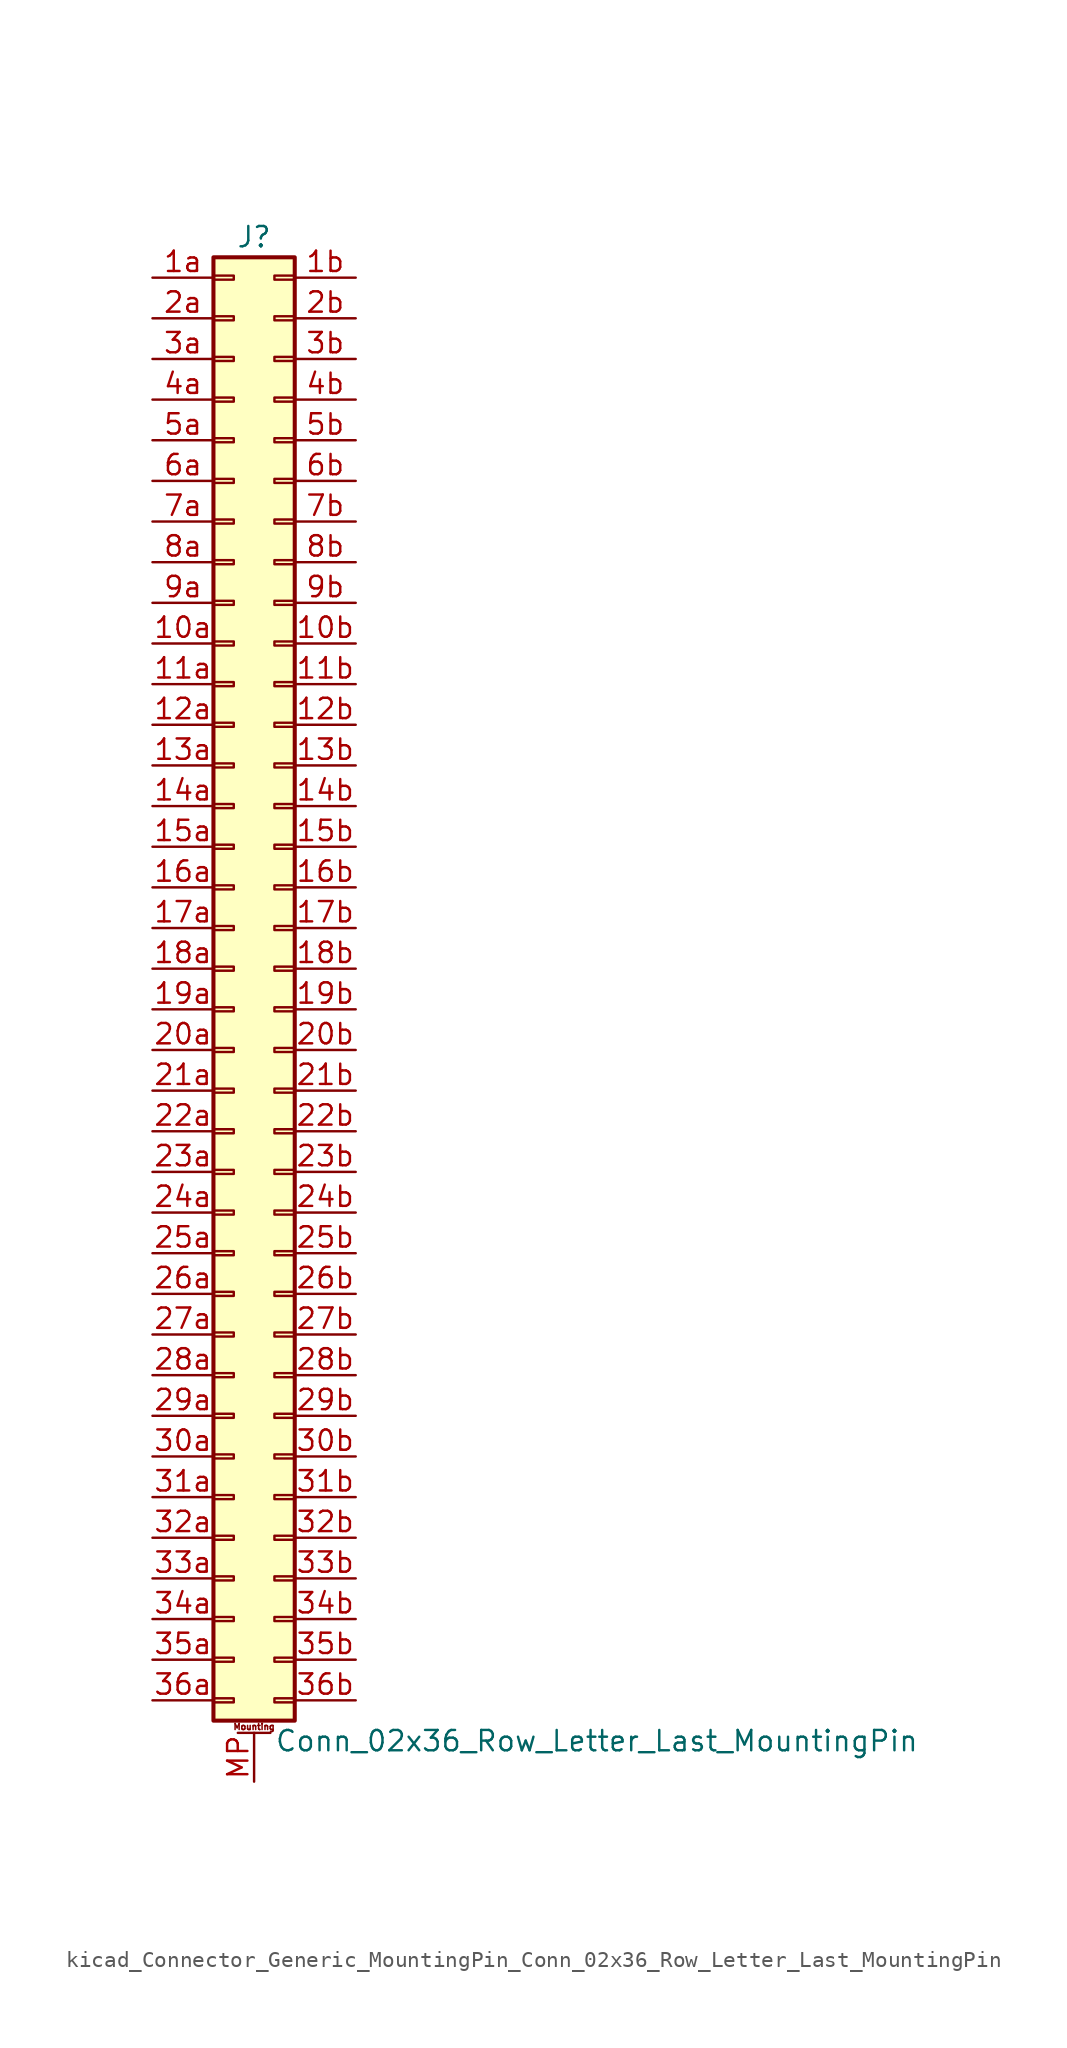
<source format=kicad_sym>
(kicad_symbol_lib
  (version 20220914)
  (generator kicad_symbol_editor)
  (symbol "kicad_Connector_Generic_MountingPin_Conn_02x36_Row_Letter_Last_MountingPin"
    (pin_names
      (offset 1.016) hide)
    (property "Reference" "J"
      (at 1.27 45.72 0)
      (effects (font (size 1.27 1.27))))
    (property "Value" "Conn_02x36_Row_Letter_Last_MountingPin"
      (at 2.54 -48.26 0)
      (effects (font (size 1.27 1.27)) (justify left)))
    (symbol "kicad_Connector_Generic_MountingPin_Conn_02x36_Row_Letter_Last_MountingPin_1_1"
      (rectangle (start -1.27 -45.593) (end 0 -45.847) (stroke (width 0.152) (type default)) (fill (type none)))
      (rectangle (start -1.27 -43.053) (end 0 -43.307) (stroke (width 0.152) (type default)) (fill (type none)))
      (rectangle (start -1.27 -40.513) (end 0 -40.767) (stroke (width 0.152) (type default)) (fill (type none)))
      (rectangle (start -1.27 -37.973) (end 0 -38.227) (stroke (width 0.152) (type default)) (fill (type none)))
      (rectangle (start -1.27 -35.433) (end 0 -35.687) (stroke (width 0.152) (type default)) (fill (type none)))
      (rectangle (start -1.27 -32.893) (end 0 -33.147) (stroke (width 0.152) (type default)) (fill (type none)))
      (rectangle (start -1.27 -30.353) (end 0 -30.607) (stroke (width 0.152) (type default)) (fill (type none)))
      (rectangle (start -1.27 -27.813) (end 0 -28.067) (stroke (width 0.152) (type default)) (fill (type none)))
      (rectangle (start -1.27 -25.273) (end 0 -25.527) (stroke (width 0.152) (type default)) (fill (type none)))
      (rectangle (start -1.27 -22.733) (end 0 -22.987) (stroke (width 0.152) (type default)) (fill (type none)))
      (rectangle (start -1.27 -20.193) (end 0 -20.447) (stroke (width 0.152) (type default)) (fill (type none)))
      (rectangle (start -1.27 -17.653) (end 0 -17.907) (stroke (width 0.152) (type default)) (fill (type none)))
      (rectangle (start -1.27 -15.113) (end 0 -15.367) (stroke (width 0.152) (type default)) (fill (type none)))
      (rectangle (start -1.27 -12.573) (end 0 -12.827) (stroke (width 0.152) (type default)) (fill (type none)))
      (rectangle (start -1.27 -10.033) (end 0 -10.287) (stroke (width 0.152) (type default)) (fill (type none)))
      (rectangle (start -1.27 -7.493) (end 0 -7.747) (stroke (width 0.152) (type default)) (fill (type none)))
      (rectangle (start -1.27 -4.953) (end 0 -5.207) (stroke (width 0.152) (type default)) (fill (type none)))
      (rectangle (start -1.27 -2.413) (end 0 -2.667) (stroke (width 0.152) (type default)) (fill (type none)))
      (rectangle (start -1.27 0.127) (end 0 -0.127) (stroke (width 0.152) (type default)) (fill (type none)))
      (rectangle (start -1.27 2.667) (end 0 2.413) (stroke (width 0.152) (type default)) (fill (type none)))
      (rectangle (start -1.27 5.207) (end 0 4.953) (stroke (width 0.152) (type default)) (fill (type none)))
      (rectangle (start -1.27 7.747) (end 0 7.493) (stroke (width 0.152) (type default)) (fill (type none)))
      (rectangle (start -1.27 10.287) (end 0 10.033) (stroke (width 0.152) (type default)) (fill (type none)))
      (rectangle (start -1.27 12.827) (end 0 12.573) (stroke (width 0.152) (type default)) (fill (type none)))
      (rectangle (start -1.27 15.367) (end 0 15.113) (stroke (width 0.152) (type default)) (fill (type none)))
      (rectangle (start -1.27 17.907) (end 0 17.653) (stroke (width 0.152) (type default)) (fill (type none)))
      (rectangle (start -1.27 20.447) (end 0 20.193) (stroke (width 0.152) (type default)) (fill (type none)))
      (rectangle (start -1.27 22.987) (end 0 22.733) (stroke (width 0.152) (type default)) (fill (type none)))
      (rectangle (start -1.27 25.527) (end 0 25.273) (stroke (width 0.152) (type default)) (fill (type none)))
      (rectangle (start -1.27 28.067) (end 0 27.813) (stroke (width 0.152) (type default)) (fill (type none)))
      (rectangle (start -1.27 30.607) (end 0 30.353) (stroke (width 0.152) (type default)) (fill (type none)))
      (rectangle (start -1.27 33.147) (end 0 32.893) (stroke (width 0.152) (type default)) (fill (type none)))
      (rectangle (start -1.27 35.687) (end 0 35.433) (stroke (width 0.152) (type default)) (fill (type none)))
      (rectangle (start -1.27 38.227) (end 0 37.973) (stroke (width 0.152) (type default)) (fill (type none)))
      (rectangle (start -1.27 40.767) (end 0 40.513) (stroke (width 0.152) (type default)) (fill (type none)))
      (rectangle (start -1.27 43.307) (end 0 43.053) (stroke (width 0.152) (type default)) (fill (type none)))
      (rectangle (start -1.27 44.45) (end 3.81 -46.99) (stroke (width 0.254) (type default)) (fill (type background)))
      (polyline (pts (xy 0.254 -47.752) (xy 2.286 -47.752)) (stroke (width 0.152) (type default)) (fill (type none)))
      (rectangle (start 3.81 -45.593) (end 2.54 -45.847) (stroke (width 0.152) (type default)) (fill (type none)))
      (rectangle (start 3.81 -43.053) (end 2.54 -43.307) (stroke (width 0.152) (type default)) (fill (type none)))
      (rectangle (start 3.81 -40.513) (end 2.54 -40.767) (stroke (width 0.152) (type default)) (fill (type none)))
      (rectangle (start 3.81 -37.973) (end 2.54 -38.227) (stroke (width 0.152) (type default)) (fill (type none)))
      (rectangle (start 3.81 -35.433) (end 2.54 -35.687) (stroke (width 0.152) (type default)) (fill (type none)))
      (rectangle (start 3.81 -32.893) (end 2.54 -33.147) (stroke (width 0.152) (type default)) (fill (type none)))
      (rectangle (start 3.81 -30.353) (end 2.54 -30.607) (stroke (width 0.152) (type default)) (fill (type none)))
      (rectangle (start 3.81 -27.813) (end 2.54 -28.067) (stroke (width 0.152) (type default)) (fill (type none)))
      (rectangle (start 3.81 -25.273) (end 2.54 -25.527) (stroke (width 0.152) (type default)) (fill (type none)))
      (rectangle (start 3.81 -22.733) (end 2.54 -22.987) (stroke (width 0.152) (type default)) (fill (type none)))
      (rectangle (start 3.81 -20.193) (end 2.54 -20.447) (stroke (width 0.152) (type default)) (fill (type none)))
      (rectangle (start 3.81 -17.653) (end 2.54 -17.907) (stroke (width 0.152) (type default)) (fill (type none)))
      (rectangle (start 3.81 -15.113) (end 2.54 -15.367) (stroke (width 0.152) (type default)) (fill (type none)))
      (rectangle (start 3.81 -12.573) (end 2.54 -12.827) (stroke (width 0.152) (type default)) (fill (type none)))
      (rectangle (start 3.81 -10.033) (end 2.54 -10.287) (stroke (width 0.152) (type default)) (fill (type none)))
      (rectangle (start 3.81 -7.493) (end 2.54 -7.747) (stroke (width 0.152) (type default)) (fill (type none)))
      (rectangle (start 3.81 -4.953) (end 2.54 -5.207) (stroke (width 0.152) (type default)) (fill (type none)))
      (rectangle (start 3.81 -2.413) (end 2.54 -2.667) (stroke (width 0.152) (type default)) (fill (type none)))
      (rectangle (start 3.81 0.127) (end 2.54 -0.127) (stroke (width 0.152) (type default)) (fill (type none)))
      (rectangle (start 3.81 2.667) (end 2.54 2.413) (stroke (width 0.152) (type default)) (fill (type none)))
      (rectangle (start 3.81 5.207) (end 2.54 4.953) (stroke (width 0.152) (type default)) (fill (type none)))
      (rectangle (start 3.81 7.747) (end 2.54 7.493) (stroke (width 0.152) (type default)) (fill (type none)))
      (rectangle (start 3.81 10.287) (end 2.54 10.033) (stroke (width 0.152) (type default)) (fill (type none)))
      (rectangle (start 3.81 12.827) (end 2.54 12.573) (stroke (width 0.152) (type default)) (fill (type none)))
      (rectangle (start 3.81 15.367) (end 2.54 15.113) (stroke (width 0.152) (type default)) (fill (type none)))
      (rectangle (start 3.81 17.907) (end 2.54 17.653) (stroke (width 0.152) (type default)) (fill (type none)))
      (rectangle (start 3.81 20.447) (end 2.54 20.193) (stroke (width 0.152) (type default)) (fill (type none)))
      (rectangle (start 3.81 22.987) (end 2.54 22.733) (stroke (width 0.152) (type default)) (fill (type none)))
      (rectangle (start 3.81 25.527) (end 2.54 25.273) (stroke (width 0.152) (type default)) (fill (type none)))
      (rectangle (start 3.81 28.067) (end 2.54 27.813) (stroke (width 0.152) (type default)) (fill (type none)))
      (rectangle (start 3.81 30.607) (end 2.54 30.353) (stroke (width 0.152) (type default)) (fill (type none)))
      (rectangle (start 3.81 33.147) (end 2.54 32.893) (stroke (width 0.152) (type default)) (fill (type none)))
      (rectangle (start 3.81 35.687) (end 2.54 35.433) (stroke (width 0.152) (type default)) (fill (type none)))
      (rectangle (start 3.81 38.227) (end 2.54 37.973) (stroke (width 0.152) (type default)) (fill (type none)))
      (rectangle (start 3.81 40.767) (end 2.54 40.513) (stroke (width 0.152) (type default)) (fill (type none)))
      (rectangle (start 3.81 43.307) (end 2.54 43.053) (stroke (width 0.152) (type default)) (fill (type none)))
      (text "Mounting" (at 1.27 -47.371 0) (effects (font (size 0.381 0.381))))
      (pin passive line (at -5.08 20.32 0) (length 3.81) (name "Pin_10a" (effects (font (size 1.27 1.27)))) (number "10a" (effects (font (size 1.27 1.27)))))
      (pin passive line (at 7.62 20.32 180) (length 3.81) (name "Pin_10b" (effects (font (size 1.27 1.27)))) (number "10b" (effects (font (size 1.27 1.27)))))
      (pin passive line (at -5.08 17.78 0) (length 3.81) (name "Pin_11a" (effects (font (size 1.27 1.27)))) (number "11a" (effects (font (size 1.27 1.27)))))
      (pin passive line (at 7.62 17.78 180) (length 3.81) (name "Pin_11b" (effects (font (size 1.27 1.27)))) (number "11b" (effects (font (size 1.27 1.27)))))
      (pin passive line (at -5.08 15.24 0) (length 3.81) (name "Pin_12a" (effects (font (size 1.27 1.27)))) (number "12a" (effects (font (size 1.27 1.27)))))
      (pin passive line (at 7.62 15.24 180) (length 3.81) (name "Pin_12b" (effects (font (size 1.27 1.27)))) (number "12b" (effects (font (size 1.27 1.27)))))
      (pin passive line (at -5.08 12.7 0) (length 3.81) (name "Pin_13a" (effects (font (size 1.27 1.27)))) (number "13a" (effects (font (size 1.27 1.27)))))
      (pin passive line (at 7.62 12.7 180) (length 3.81) (name "Pin_13b" (effects (font (size 1.27 1.27)))) (number "13b" (effects (font (size 1.27 1.27)))))
      (pin passive line (at -5.08 10.16 0) (length 3.81) (name "Pin_14a" (effects (font (size 1.27 1.27)))) (number "14a" (effects (font (size 1.27 1.27)))))
      (pin passive line (at 7.62 10.16 180) (length 3.81) (name "Pin_14b" (effects (font (size 1.27 1.27)))) (number "14b" (effects (font (size 1.27 1.27)))))
      (pin passive line (at -5.08 7.62 0) (length 3.81) (name "Pin_15a" (effects (font (size 1.27 1.27)))) (number "15a" (effects (font (size 1.27 1.27)))))
      (pin passive line (at 7.62 7.62 180) (length 3.81) (name "Pin_15b" (effects (font (size 1.27 1.27)))) (number "15b" (effects (font (size 1.27 1.27)))))
      (pin passive line (at -5.08 5.08 0) (length 3.81) (name "Pin_16a" (effects (font (size 1.27 1.27)))) (number "16a" (effects (font (size 1.27 1.27)))))
      (pin passive line (at 7.62 5.08 180) (length 3.81) (name "Pin_16b" (effects (font (size 1.27 1.27)))) (number "16b" (effects (font (size 1.27 1.27)))))
      (pin passive line (at -5.08 2.54 0) (length 3.81) (name "Pin_17a" (effects (font (size 1.27 1.27)))) (number "17a" (effects (font (size 1.27 1.27)))))
      (pin passive line (at 7.62 2.54 180) (length 3.81) (name "Pin_17b" (effects (font (size 1.27 1.27)))) (number "17b" (effects (font (size 1.27 1.27)))))
      (pin passive line (at -5.08 0 0) (length 3.81) (name "Pin_18a" (effects (font (size 1.27 1.27)))) (number "18a" (effects (font (size 1.27 1.27)))))
      (pin passive line (at 7.62 0 180) (length 3.81) (name "Pin_18b" (effects (font (size 1.27 1.27)))) (number "18b" (effects (font (size 1.27 1.27)))))
      (pin passive line (at -5.08 -2.54 0) (length 3.81) (name "Pin_19a" (effects (font (size 1.27 1.27)))) (number "19a" (effects (font (size 1.27 1.27)))))
      (pin passive line (at 7.62 -2.54 180) (length 3.81) (name "Pin_19b" (effects (font (size 1.27 1.27)))) (number "19b" (effects (font (size 1.27 1.27)))))
      (pin passive line (at -5.08 43.18 0) (length 3.81) (name "Pin_1a" (effects (font (size 1.27 1.27)))) (number "1a" (effects (font (size 1.27 1.27)))))
      (pin passive line (at 7.62 43.18 180) (length 3.81) (name "Pin_1b" (effects (font (size 1.27 1.27)))) (number "1b" (effects (font (size 1.27 1.27)))))
      (pin passive line (at -5.08 -5.08 0) (length 3.81) (name "Pin_20a" (effects (font (size 1.27 1.27)))) (number "20a" (effects (font (size 1.27 1.27)))))
      (pin passive line (at 7.62 -5.08 180) (length 3.81) (name "Pin_20b" (effects (font (size 1.27 1.27)))) (number "20b" (effects (font (size 1.27 1.27)))))
      (pin passive line (at -5.08 -7.62 0) (length 3.81) (name "Pin_21a" (effects (font (size 1.27 1.27)))) (number "21a" (effects (font (size 1.27 1.27)))))
      (pin passive line (at 7.62 -7.62 180) (length 3.81) (name "Pin_21b" (effects (font (size 1.27 1.27)))) (number "21b" (effects (font (size 1.27 1.27)))))
      (pin passive line (at -5.08 -10.16 0) (length 3.81) (name "Pin_22a" (effects (font (size 1.27 1.27)))) (number "22a" (effects (font (size 1.27 1.27)))))
      (pin passive line (at 7.62 -10.16 180) (length 3.81) (name "Pin_22b" (effects (font (size 1.27 1.27)))) (number "22b" (effects (font (size 1.27 1.27)))))
      (pin passive line (at -5.08 -12.7 0) (length 3.81) (name "Pin_23a" (effects (font (size 1.27 1.27)))) (number "23a" (effects (font (size 1.27 1.27)))))
      (pin passive line (at 7.62 -12.7 180) (length 3.81) (name "Pin_23b" (effects (font (size 1.27 1.27)))) (number "23b" (effects (font (size 1.27 1.27)))))
      (pin passive line (at -5.08 -15.24 0) (length 3.81) (name "Pin_24a" (effects (font (size 1.27 1.27)))) (number "24a" (effects (font (size 1.27 1.27)))))
      (pin passive line (at 7.62 -15.24 180) (length 3.81) (name "Pin_24b" (effects (font (size 1.27 1.27)))) (number "24b" (effects (font (size 1.27 1.27)))))
      (pin passive line (at -5.08 -17.78 0) (length 3.81) (name "Pin_25a" (effects (font (size 1.27 1.27)))) (number "25a" (effects (font (size 1.27 1.27)))))
      (pin passive line (at 7.62 -17.78 180) (length 3.81) (name "Pin_25b" (effects (font (size 1.27 1.27)))) (number "25b" (effects (font (size 1.27 1.27)))))
      (pin passive line (at -5.08 -20.32 0) (length 3.81) (name "Pin_26a" (effects (font (size 1.27 1.27)))) (number "26a" (effects (font (size 1.27 1.27)))))
      (pin passive line (at 7.62 -20.32 180) (length 3.81) (name "Pin_26b" (effects (font (size 1.27 1.27)))) (number "26b" (effects (font (size 1.27 1.27)))))
      (pin passive line (at -5.08 -22.86 0) (length 3.81) (name "Pin_27a" (effects (font (size 1.27 1.27)))) (number "27a" (effects (font (size 1.27 1.27)))))
      (pin passive line (at 7.62 -22.86 180) (length 3.81) (name "Pin_27b" (effects (font (size 1.27 1.27)))) (number "27b" (effects (font (size 1.27 1.27)))))
      (pin passive line (at -5.08 -25.4 0) (length 3.81) (name "Pin_28a" (effects (font (size 1.27 1.27)))) (number "28a" (effects (font (size 1.27 1.27)))))
      (pin passive line (at 7.62 -25.4 180) (length 3.81) (name "Pin_28b" (effects (font (size 1.27 1.27)))) (number "28b" (effects (font (size 1.27 1.27)))))
      (pin passive line (at -5.08 -27.94 0) (length 3.81) (name "Pin_29a" (effects (font (size 1.27 1.27)))) (number "29a" (effects (font (size 1.27 1.27)))))
      (pin passive line (at 7.62 -27.94 180) (length 3.81) (name "Pin_29b" (effects (font (size 1.27 1.27)))) (number "29b" (effects (font (size 1.27 1.27)))))
      (pin passive line (at -5.08 40.64 0) (length 3.81) (name "Pin_2a" (effects (font (size 1.27 1.27)))) (number "2a" (effects (font (size 1.27 1.27)))))
      (pin passive line (at 7.62 40.64 180) (length 3.81) (name "Pin_2b" (effects (font (size 1.27 1.27)))) (number "2b" (effects (font (size 1.27 1.27)))))
      (pin passive line (at -5.08 -30.48 0) (length 3.81) (name "Pin_30a" (effects (font (size 1.27 1.27)))) (number "30a" (effects (font (size 1.27 1.27)))))
      (pin passive line (at 7.62 -30.48 180) (length 3.81) (name "Pin_30b" (effects (font (size 1.27 1.27)))) (number "30b" (effects (font (size 1.27 1.27)))))
      (pin passive line (at -5.08 -33.02 0) (length 3.81) (name "Pin_31a" (effects (font (size 1.27 1.27)))) (number "31a" (effects (font (size 1.27 1.27)))))
      (pin passive line (at 7.62 -33.02 180) (length 3.81) (name "Pin_31b" (effects (font (size 1.27 1.27)))) (number "31b" (effects (font (size 1.27 1.27)))))
      (pin passive line (at -5.08 -35.56 0) (length 3.81) (name "Pin_32a" (effects (font (size 1.27 1.27)))) (number "32a" (effects (font (size 1.27 1.27)))))
      (pin passive line (at 7.62 -35.56 180) (length 3.81) (name "Pin_32b" (effects (font (size 1.27 1.27)))) (number "32b" (effects (font (size 1.27 1.27)))))
      (pin passive line (at -5.08 -38.1 0) (length 3.81) (name "Pin_33a" (effects (font (size 1.27 1.27)))) (number "33a" (effects (font (size 1.27 1.27)))))
      (pin passive line (at 7.62 -38.1 180) (length 3.81) (name "Pin_33b" (effects (font (size 1.27 1.27)))) (number "33b" (effects (font (size 1.27 1.27)))))
      (pin passive line (at -5.08 -40.64 0) (length 3.81) (name "Pin_34a" (effects (font (size 1.27 1.27)))) (number "34a" (effects (font (size 1.27 1.27)))))
      (pin passive line (at 7.62 -40.64 180) (length 3.81) (name "Pin_34b" (effects (font (size 1.27 1.27)))) (number "34b" (effects (font (size 1.27 1.27)))))
      (pin passive line (at -5.08 -43.18 0) (length 3.81) (name "Pin_35a" (effects (font (size 1.27 1.27)))) (number "35a" (effects (font (size 1.27 1.27)))))
      (pin passive line (at 7.62 -43.18 180) (length 3.81) (name "Pin_35b" (effects (font (size 1.27 1.27)))) (number "35b" (effects (font (size 1.27 1.27)))))
      (pin passive line (at -5.08 -45.72 0) (length 3.81) (name "Pin_36a" (effects (font (size 1.27 1.27)))) (number "36a" (effects (font (size 1.27 1.27)))))
      (pin passive line (at 7.62 -45.72 180) (length 3.81) (name "Pin_36b" (effects (font (size 1.27 1.27)))) (number "36b" (effects (font (size 1.27 1.27)))))
      (pin passive line (at -5.08 38.1 0) (length 3.81) (name "Pin_3a" (effects (font (size 1.27 1.27)))) (number "3a" (effects (font (size 1.27 1.27)))))
      (pin passive line (at 7.62 38.1 180) (length 3.81) (name "Pin_3b" (effects (font (size 1.27 1.27)))) (number "3b" (effects (font (size 1.27 1.27)))))
      (pin passive line (at -5.08 35.56 0) (length 3.81) (name "Pin_4a" (effects (font (size 1.27 1.27)))) (number "4a" (effects (font (size 1.27 1.27)))))
      (pin passive line (at 7.62 35.56 180) (length 3.81) (name "Pin_4b" (effects (font (size 1.27 1.27)))) (number "4b" (effects (font (size 1.27 1.27)))))
      (pin passive line (at -5.08 33.02 0) (length 3.81) (name "Pin_5a" (effects (font (size 1.27 1.27)))) (number "5a" (effects (font (size 1.27 1.27)))))
      (pin passive line (at 7.62 33.02 180) (length 3.81) (name "Pin_5b" (effects (font (size 1.27 1.27)))) (number "5b" (effects (font (size 1.27 1.27)))))
      (pin passive line (at -5.08 30.48 0) (length 3.81) (name "Pin_6a" (effects (font (size 1.27 1.27)))) (number "6a" (effects (font (size 1.27 1.27)))))
      (pin passive line (at 7.62 30.48 180) (length 3.81) (name "Pin_6b" (effects (font (size 1.27 1.27)))) (number "6b" (effects (font (size 1.27 1.27)))))
      (pin passive line (at -5.08 27.94 0) (length 3.81) (name "Pin_7a" (effects (font (size 1.27 1.27)))) (number "7a" (effects (font (size 1.27 1.27)))))
      (pin passive line (at 7.62 27.94 180) (length 3.81) (name "Pin_7b" (effects (font (size 1.27 1.27)))) (number "7b" (effects (font (size 1.27 1.27)))))
      (pin passive line (at -5.08 25.4 0) (length 3.81) (name "Pin_8a" (effects (font (size 1.27 1.27)))) (number "8a" (effects (font (size 1.27 1.27)))))
      (pin passive line (at 7.62 25.4 180) (length 3.81) (name "Pin_8b" (effects (font (size 1.27 1.27)))) (number "8b" (effects (font (size 1.27 1.27)))))
      (pin passive line (at -5.08 22.86 0) (length 3.81) (name "Pin_9a" (effects (font (size 1.27 1.27)))) (number "9a" (effects (font (size 1.27 1.27)))))
      (pin passive line (at 7.62 22.86 180) (length 3.81) (name "Pin_9b" (effects (font (size 1.27 1.27)))) (number "9b" (effects (font (size 1.27 1.27)))))
      (pin passive line (at 1.27 -50.8 90) (length 3.048) (name "MountPin" (effects (font (size 1.27 1.27)))) (number "MP" (effects (font (size 1.27 1.27))))))))
</source>
